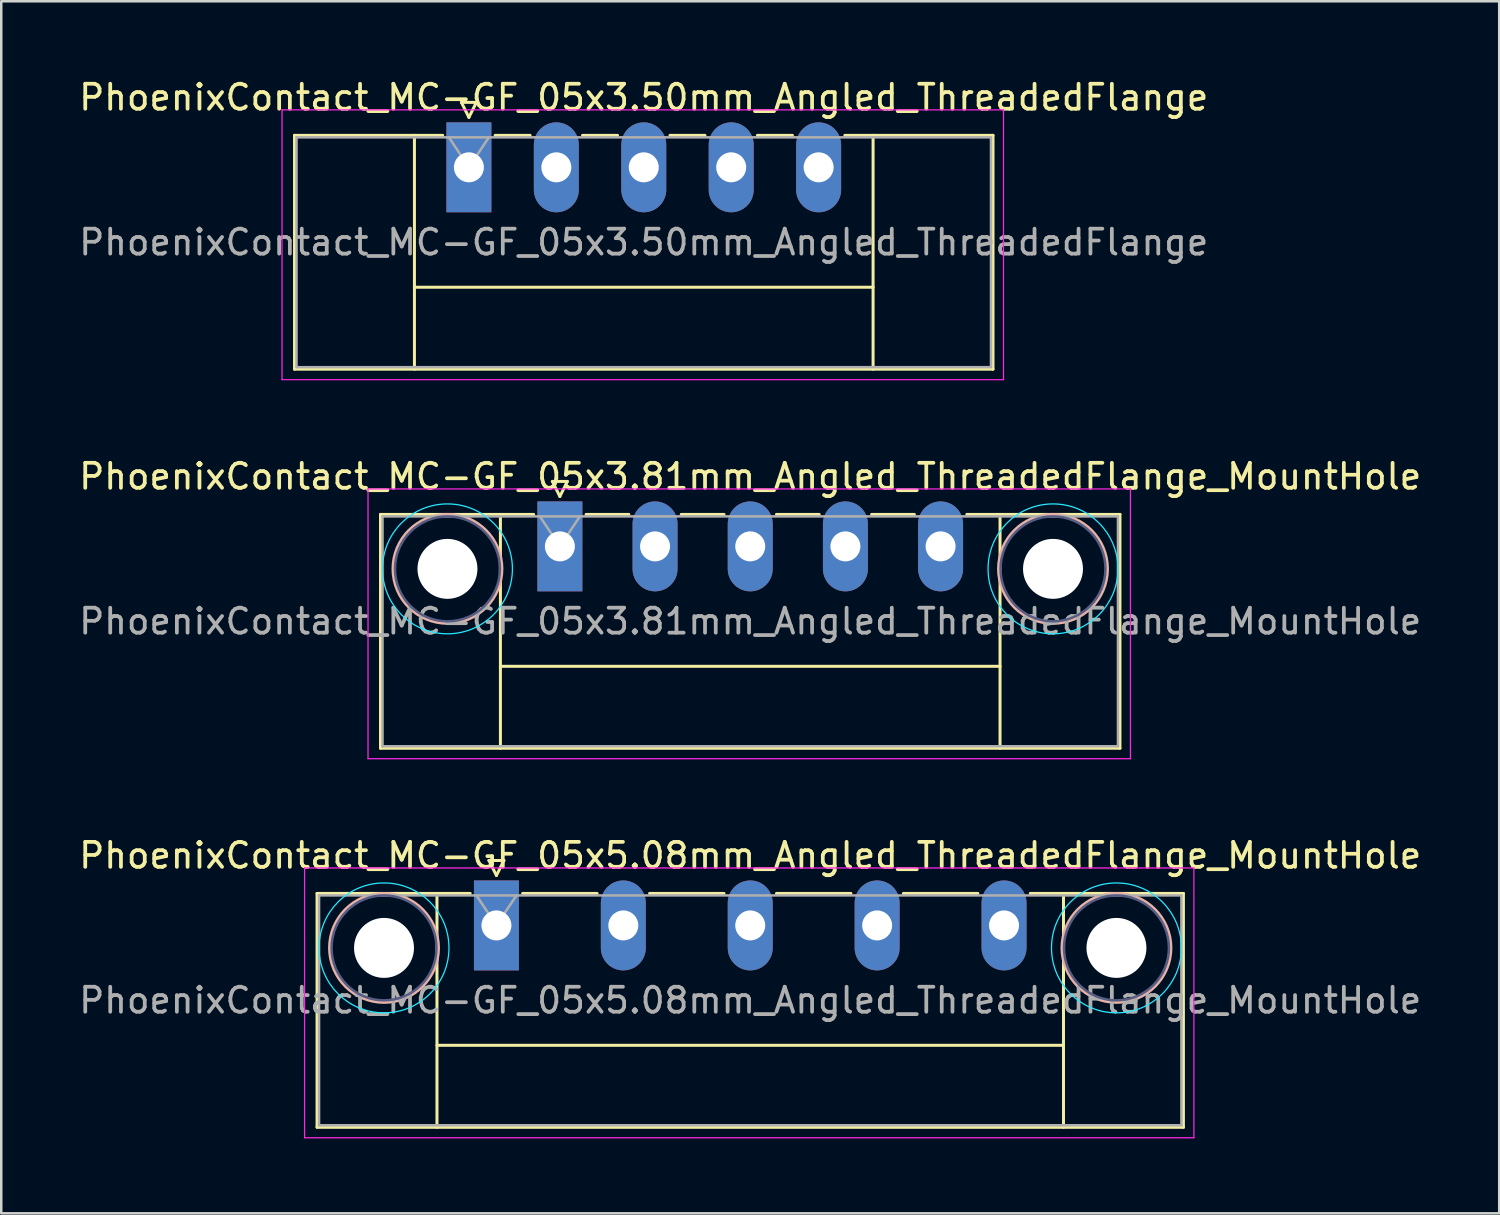
<source format=kicad_pcb>
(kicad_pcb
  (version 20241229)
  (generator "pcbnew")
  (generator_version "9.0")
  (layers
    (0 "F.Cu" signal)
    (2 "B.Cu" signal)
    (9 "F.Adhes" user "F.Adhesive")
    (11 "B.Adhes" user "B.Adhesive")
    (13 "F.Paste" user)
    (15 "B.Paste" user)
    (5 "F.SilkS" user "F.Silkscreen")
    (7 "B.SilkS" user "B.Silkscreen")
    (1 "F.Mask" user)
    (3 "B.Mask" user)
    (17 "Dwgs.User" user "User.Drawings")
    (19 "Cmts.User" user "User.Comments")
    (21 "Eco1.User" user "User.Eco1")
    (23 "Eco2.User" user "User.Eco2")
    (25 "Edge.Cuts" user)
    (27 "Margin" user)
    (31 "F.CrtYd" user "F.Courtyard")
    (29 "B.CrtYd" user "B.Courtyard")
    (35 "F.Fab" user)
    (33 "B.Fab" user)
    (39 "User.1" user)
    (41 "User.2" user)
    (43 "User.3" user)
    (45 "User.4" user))
  (footprint "PhoenixContact_MC-GF_05x3.81mm_Angled_ThreadedFlange_MountHole"
    (layer "F.Cu")
    (at 19.362 18.822)
    (property "Reference" "PhoenixContact_MC-GF_05x3.81mm_Angled_ThreadedFlange_MountHole" (at 7.62 -2.8 0) (layer "F.SilkS") (effects (font (size 1 1) (thickness 0.15))))
    (attr through_hole)
    (fp_line (start -7.18 -1.28) (end -7.18 8.08) (stroke (width 0.12) (type solid)) (layer "F.SilkS"))
    (fp_line (start -7.18 -1.28) (end -1.05 -1.28) (stroke (width 0.12) (type solid)) (layer "F.SilkS"))
    (fp_line (start -7.18 8.08) (end 22.42 8.08) (stroke (width 0.12) (type solid)) (layer "F.SilkS"))
    (fp_line (start -2.38 -1.28) (end -2.38 8.08) (stroke (width 0.12) (type solid)) (layer "F.SilkS"))
    (fp_line (start -2.38 4.8) (end 17.62 4.8) (stroke (width 0.12) (type solid)) (layer "F.SilkS"))
    (fp_line (start -0.3 -2.6) (end 0.3 -2.6) (stroke (width 0.12) (type solid)) (layer "F.SilkS"))
    (fp_line (start 0 -2) (end -0.3 -2.6) (stroke (width 0.12) (type solid)) (layer "F.SilkS"))
    (fp_line (start 0.3 -2.6) (end 0 -2) (stroke (width 0.12) (type solid)) (layer "F.SilkS"))
    (fp_line (start 1.05 -1.28) (end 2.76 -1.28) (stroke (width 0.12) (type solid)) (layer "F.SilkS"))
    (fp_line (start 4.86 -1.28) (end 6.57 -1.28) (stroke (width 0.12) (type solid)) (layer "F.SilkS"))
    (fp_line (start 8.67 -1.28) (end 10.38 -1.28) (stroke (width 0.12) (type solid)) (layer "F.SilkS"))
    (fp_line (start 12.48 -1.28) (end 14.19 -1.28) (stroke (width 0.12) (type solid)) (layer "F.SilkS"))
    (fp_line (start 17.62 -1.28) (end 17.62 8.08) (stroke (width 0.12) (type solid)) (layer "F.SilkS"))
    (fp_line (start 22.42 -1.28) (end 16.29 -1.28) (stroke (width 0.12) (type solid)) (layer "F.SilkS"))
    (fp_line (start 22.42 8.08) (end 22.42 -1.28) (stroke (width 0.12) (type solid)) (layer "F.SilkS"))
    (fp_circle (center -4.5 0.9) (end -2.32 0.9) (stroke (width 0.12) (type solid)) (fill no) (layer "B.SilkS"))
    (fp_circle (center 19.74 0.9) (end 21.92 0.9) (stroke (width 0.12) (type solid)) (fill no) (layer "B.SilkS"))
    (fp_circle (center -4.5 0.9) (end -1.9 0.9) (stroke (width 0.05) (type solid)) (fill no) (layer "B.CrtYd"))
    (fp_circle (center 19.74 0.9) (end 22.34 0.9) (stroke (width 0.05) (type solid)) (fill no) (layer "B.CrtYd"))
    (fp_line (start -7.68 -2.3) (end -7.68 8.5) (stroke (width 0.05) (type solid)) (layer "F.CrtYd"))
    (fp_line (start -7.68 8.5) (end 22.84 8.5) (stroke (width 0.05) (type solid)) (layer "F.CrtYd"))
    (fp_line (start 22.84 -2.3) (end -7.68 -2.3) (stroke (width 0.05) (type solid)) (layer "F.CrtYd"))
    (fp_line (start 22.84 8.5) (end 22.84 -2.3) (stroke (width 0.05) (type solid)) (layer "F.CrtYd"))
    (fp_circle (center -4.5 0.9) (end -2.4 0.9) (stroke (width 0.1) (type solid)) (fill no) (layer "B.Fab"))
    (fp_circle (center 19.74 0.9) (end 21.84 0.9) (stroke (width 0.1) (type solid)) (fill no) (layer "B.Fab"))
    (fp_line (start -7.1 -1.2) (end -7.1 8) (stroke (width 0.1) (type solid)) (layer "F.Fab"))
    (fp_line (start -7.1 8) (end 22.34 8) (stroke (width 0.1) (type solid)) (layer "F.Fab"))
    (fp_line (start 0 0) (end -0.8 -1.2) (stroke (width 0.1) (type solid)) (layer "F.Fab"))
    (fp_line (start 0.8 -1.2) (end 0 0) (stroke (width 0.1) (type solid)) (layer "F.Fab"))
    (fp_line (start 22.34 -1.2) (end -7.1 -1.2) (stroke (width 0.1) (type solid)) (layer "F.Fab"))
    (fp_line (start 22.34 8) (end 22.34 -1.2) (stroke (width 0.1) (type solid)) (layer "F.Fab"))
    (fp_text user "${REFERENCE}" (at 7.62 3 0) (layer "F.Fab") (effects (font (size 1 1) (thickness 0.15))))
    (pad "" np_thru_hole circle (at -4.5 0.9) (size 2.4 2.4) (drill 2.4) (layers "*.Cu" "*.Mask"))
    (pad "" np_thru_hole circle (at 19.74 0.9) (size 2.4 2.4) (drill 2.4) (layers "*.Cu" "*.Mask"))
    (pad "1" thru_hole rect (at 0 0) (size 1.8 3.6) (drill 1.2) (layers "*.Cu" "*.Mask"))
    (pad "2" thru_hole oval (at 3.81 0) (size 1.8 3.6) (drill 1.2) (layers "*.Cu" "*.Mask"))
    (pad "3" thru_hole oval (at 7.62 0) (size 1.8 3.6) (drill 1.2) (layers "*.Cu" "*.Mask"))
    (pad "4" thru_hole oval (at 11.43 0) (size 1.8 3.6) (drill 1.2) (layers "*.Cu" "*.Mask"))
    (pad "5" thru_hole oval (at 15.24 0) (size 1.8 3.6) (drill 1.2) (layers "*.Cu" "*.Mask")))
  (footprint "PhoenixContact_MC-GF_05x3.50mm_Angled_ThreadedFlange"
    (layer "F.Cu")
    (at 15.72 3.648)
    (property "Reference" "PhoenixContact_MC-GF_05x3.50mm_Angled_ThreadedFlange" (at 7 -2.8 0) (layer "F.SilkS") (effects (font (size 1 1) (thickness 0.15))))
    (attr through_hole)
    (fp_line (start -6.98 -1.28) (end -6.98 8.08) (stroke (width 0.12) (type solid)) (layer "F.SilkS"))
    (fp_line (start -6.98 -1.28) (end -1.05 -1.28) (stroke (width 0.12) (type solid)) (layer "F.SilkS"))
    (fp_line (start -6.98 8.08) (end 20.98 8.08) (stroke (width 0.12) (type solid)) (layer "F.SilkS"))
    (fp_line (start -2.18 -1.28) (end -2.18 8.08) (stroke (width 0.12) (type solid)) (layer "F.SilkS"))
    (fp_line (start -2.18 4.8) (end 16.18 4.8) (stroke (width 0.12) (type solid)) (layer "F.SilkS"))
    (fp_line (start -0.3 -2.6) (end 0.3 -2.6) (stroke (width 0.12) (type solid)) (layer "F.SilkS"))
    (fp_line (start 0 -2) (end -0.3 -2.6) (stroke (width 0.12) (type solid)) (layer "F.SilkS"))
    (fp_line (start 0.3 -2.6) (end 0 -2) (stroke (width 0.12) (type solid)) (layer "F.SilkS"))
    (fp_line (start 1.05 -1.28) (end 2.45 -1.28) (stroke (width 0.12) (type solid)) (layer "F.SilkS"))
    (fp_line (start 4.55 -1.28) (end 5.95 -1.28) (stroke (width 0.12) (type solid)) (layer "F.SilkS"))
    (fp_line (start 8.05 -1.28) (end 9.45 -1.28) (stroke (width 0.12) (type solid)) (layer "F.SilkS"))
    (fp_line (start 11.55 -1.28) (end 12.95 -1.28) (stroke (width 0.12) (type solid)) (layer "F.SilkS"))
    (fp_line (start 16.18 -1.28) (end 16.18 8.08) (stroke (width 0.12) (type solid)) (layer "F.SilkS"))
    (fp_line (start 20.98 -1.28) (end 15.05 -1.28) (stroke (width 0.12) (type solid)) (layer "F.SilkS"))
    (fp_line (start 20.98 8.08) (end 20.98 -1.28) (stroke (width 0.12) (type solid)) (layer "F.SilkS"))
    (fp_line (start -7.48 -2.3) (end -7.48 8.5) (stroke (width 0.05) (type solid)) (layer "F.CrtYd"))
    (fp_line (start -7.48 8.5) (end 21.4 8.5) (stroke (width 0.05) (type solid)) (layer "F.CrtYd"))
    (fp_line (start 21.4 -2.3) (end -7.48 -2.3) (stroke (width 0.05) (type solid)) (layer "F.CrtYd"))
    (fp_line (start 21.4 8.5) (end 21.4 -2.3) (stroke (width 0.05) (type solid)) (layer "F.CrtYd"))
    (fp_line (start -6.9 -1.2) (end -6.9 8) (stroke (width 0.1) (type solid)) (layer "F.Fab"))
    (fp_line (start -6.9 8) (end 20.9 8) (stroke (width 0.1) (type solid)) (layer "F.Fab"))
    (fp_line (start 0 0) (end -0.8 -1.2) (stroke (width 0.1) (type solid)) (layer "F.Fab"))
    (fp_line (start 0.8 -1.2) (end 0 0) (stroke (width 0.1) (type solid)) (layer "F.Fab"))
    (fp_line (start 20.9 -1.2) (end -6.9 -1.2) (stroke (width 0.1) (type solid)) (layer "F.Fab"))
    (fp_line (start 20.9 8) (end 20.9 -1.2) (stroke (width 0.1) (type solid)) (layer "F.Fab"))
    (fp_text user "${REFERENCE}" (at 7 3 0) (layer "F.Fab") (effects (font (size 1 1) (thickness 0.15))))
    (pad "1" thru_hole rect (at 0 0) (size 1.8 3.6) (drill 1.2) (layers "*.Cu" "*.Mask"))
    (pad "2" thru_hole oval (at 3.5 0) (size 1.8 3.6) (drill 1.2) (layers "*.Cu" "*.Mask"))
    (pad "3" thru_hole oval (at 7 0) (size 1.8 3.6) (drill 1.2) (layers "*.Cu" "*.Mask"))
    (pad "4" thru_hole oval (at 10.5 0) (size 1.8 3.6) (drill 1.2) (layers "*.Cu" "*.Mask"))
    (pad "5" thru_hole oval (at 14 0) (size 1.8 3.6) (drill 1.2) (layers "*.Cu" "*.Mask")))
  (footprint "PhoenixContact_MC-GF_05x5.08mm_Angled_ThreadedFlange_MountHole"
    (layer "F.Cu")
    (at 16.822 33.995)
    (property "Reference" "PhoenixContact_MC-GF_05x5.08mm_Angled_ThreadedFlange_MountHole" (at 10.16 -2.8 0) (layer "F.SilkS") (effects (font (size 1 1) (thickness 0.15))))
    (attr through_hole)
    (fp_line (start -7.18 -1.28) (end -7.18 8.08) (stroke (width 0.12) (type solid)) (layer "F.SilkS"))
    (fp_line (start -7.18 -1.28) (end -1.05 -1.28) (stroke (width 0.12) (type solid)) (layer "F.SilkS"))
    (fp_line (start -7.18 8.08) (end 27.5 8.08) (stroke (width 0.12) (type solid)) (layer "F.SilkS"))
    (fp_line (start -2.38 -1.28) (end -2.38 8.08) (stroke (width 0.12) (type solid)) (layer "F.SilkS"))
    (fp_line (start -2.38 4.8) (end 22.7 4.8) (stroke (width 0.12) (type solid)) (layer "F.SilkS"))
    (fp_line (start -0.3 -2.6) (end 0.3 -2.6) (stroke (width 0.12) (type solid)) (layer "F.SilkS"))
    (fp_line (start 0 -2) (end -0.3 -2.6) (stroke (width 0.12) (type solid)) (layer "F.SilkS"))
    (fp_line (start 0.3 -2.6) (end 0 -2) (stroke (width 0.12) (type solid)) (layer "F.SilkS"))
    (fp_line (start 1.05 -1.28) (end 4.03 -1.28) (stroke (width 0.12) (type solid)) (layer "F.SilkS"))
    (fp_line (start 6.13 -1.28) (end 9.11 -1.28) (stroke (width 0.12) (type solid)) (layer "F.SilkS"))
    (fp_line (start 11.21 -1.28) (end 14.19 -1.28) (stroke (width 0.12) (type solid)) (layer "F.SilkS"))
    (fp_line (start 16.29 -1.28) (end 19.27 -1.28) (stroke (width 0.12) (type solid)) (layer "F.SilkS"))
    (fp_line (start 22.7 -1.28) (end 22.7 8.08) (stroke (width 0.12) (type solid)) (layer "F.SilkS"))
    (fp_line (start 27.5 -1.28) (end 21.37 -1.28) (stroke (width 0.12) (type solid)) (layer "F.SilkS"))
    (fp_line (start 27.5 8.08) (end 27.5 -1.28) (stroke (width 0.12) (type solid)) (layer "F.SilkS"))
    (fp_circle (center -4.5 0.9) (end -2.32 0.9) (stroke (width 0.12) (type solid)) (fill no) (layer "B.SilkS"))
    (fp_circle (center 24.82 0.9) (end 27 0.9) (stroke (width 0.12) (type solid)) (fill no) (layer "B.SilkS"))
    (fp_circle (center -4.5 0.9) (end -1.9 0.9) (stroke (width 0.05) (type solid)) (fill no) (layer "B.CrtYd"))
    (fp_circle (center 24.82 0.9) (end 27.42 0.9) (stroke (width 0.05) (type solid)) (fill no) (layer "B.CrtYd"))
    (fp_line (start -7.68 -2.3) (end -7.68 8.5) (stroke (width 0.05) (type solid)) (layer "F.CrtYd"))
    (fp_line (start -7.68 8.5) (end 27.92 8.5) (stroke (width 0.05) (type solid)) (layer "F.CrtYd"))
    (fp_line (start 27.92 -2.3) (end -7.68 -2.3) (stroke (width 0.05) (type solid)) (layer "F.CrtYd"))
    (fp_line (start 27.92 8.5) (end 27.92 -2.3) (stroke (width 0.05) (type solid)) (layer "F.CrtYd"))
    (fp_circle (center -4.5 0.9) (end -2.4 0.9) (stroke (width 0.1) (type solid)) (fill no) (layer "B.Fab"))
    (fp_circle (center 24.82 0.9) (end 26.92 0.9) (stroke (width 0.1) (type solid)) (fill no) (layer "B.Fab"))
    (fp_line (start -7.1 -1.2) (end -7.1 8) (stroke (width 0.1) (type solid)) (layer "F.Fab"))
    (fp_line (start -7.1 8) (end 27.42 8) (stroke (width 0.1) (type solid)) (layer "F.Fab"))
    (fp_line (start 0 0) (end -0.8 -1.2) (stroke (width 0.1) (type solid)) (layer "F.Fab"))
    (fp_line (start 0.8 -1.2) (end 0 0) (stroke (width 0.1) (type solid)) (layer "F.Fab"))
    (fp_line (start 27.42 -1.2) (end -7.1 -1.2) (stroke (width 0.1) (type solid)) (layer "F.Fab"))
    (fp_line (start 27.42 8) (end 27.42 -1.2) (stroke (width 0.1) (type solid)) (layer "F.Fab"))
    (fp_text user "${REFERENCE}" (at 10.16 3 0) (layer "F.Fab") (effects (font (size 1 1) (thickness 0.15))))
    (pad "" np_thru_hole circle (at -4.5 0.9) (size 2.4 2.4) (drill 2.4) (layers "*.Cu" "*.Mask"))
    (pad "" np_thru_hole circle (at 24.82 0.9) (size 2.4 2.4) (drill 2.4) (layers "*.Cu" "*.Mask"))
    (pad "1" thru_hole rect (at 0 0) (size 1.8 3.6) (drill 1.2) (layers "*.Cu" "*.Mask"))
    (pad "2" thru_hole oval (at 5.08 0) (size 1.8 3.6) (drill 1.2) (layers "*.Cu" "*.Mask"))
    (pad "3" thru_hole oval (at 10.16 0) (size 1.8 3.6) (drill 1.2) (layers "*.Cu" "*.Mask"))
    (pad "4" thru_hole oval (at 15.24 0) (size 1.8 3.6) (drill 1.2) (layers "*.Cu" "*.Mask"))
    (pad "5" thru_hole oval (at 20.32 0) (size 1.8 3.6) (drill 1.2) (layers "*.Cu" "*.Mask")))
  (gr_rect
    (start -3 -3)
    (end 56.964 45.52)
    (stroke (width 0.1) (type default))
    (fill no)
    (layer "Edge.Cuts")))
</source>
